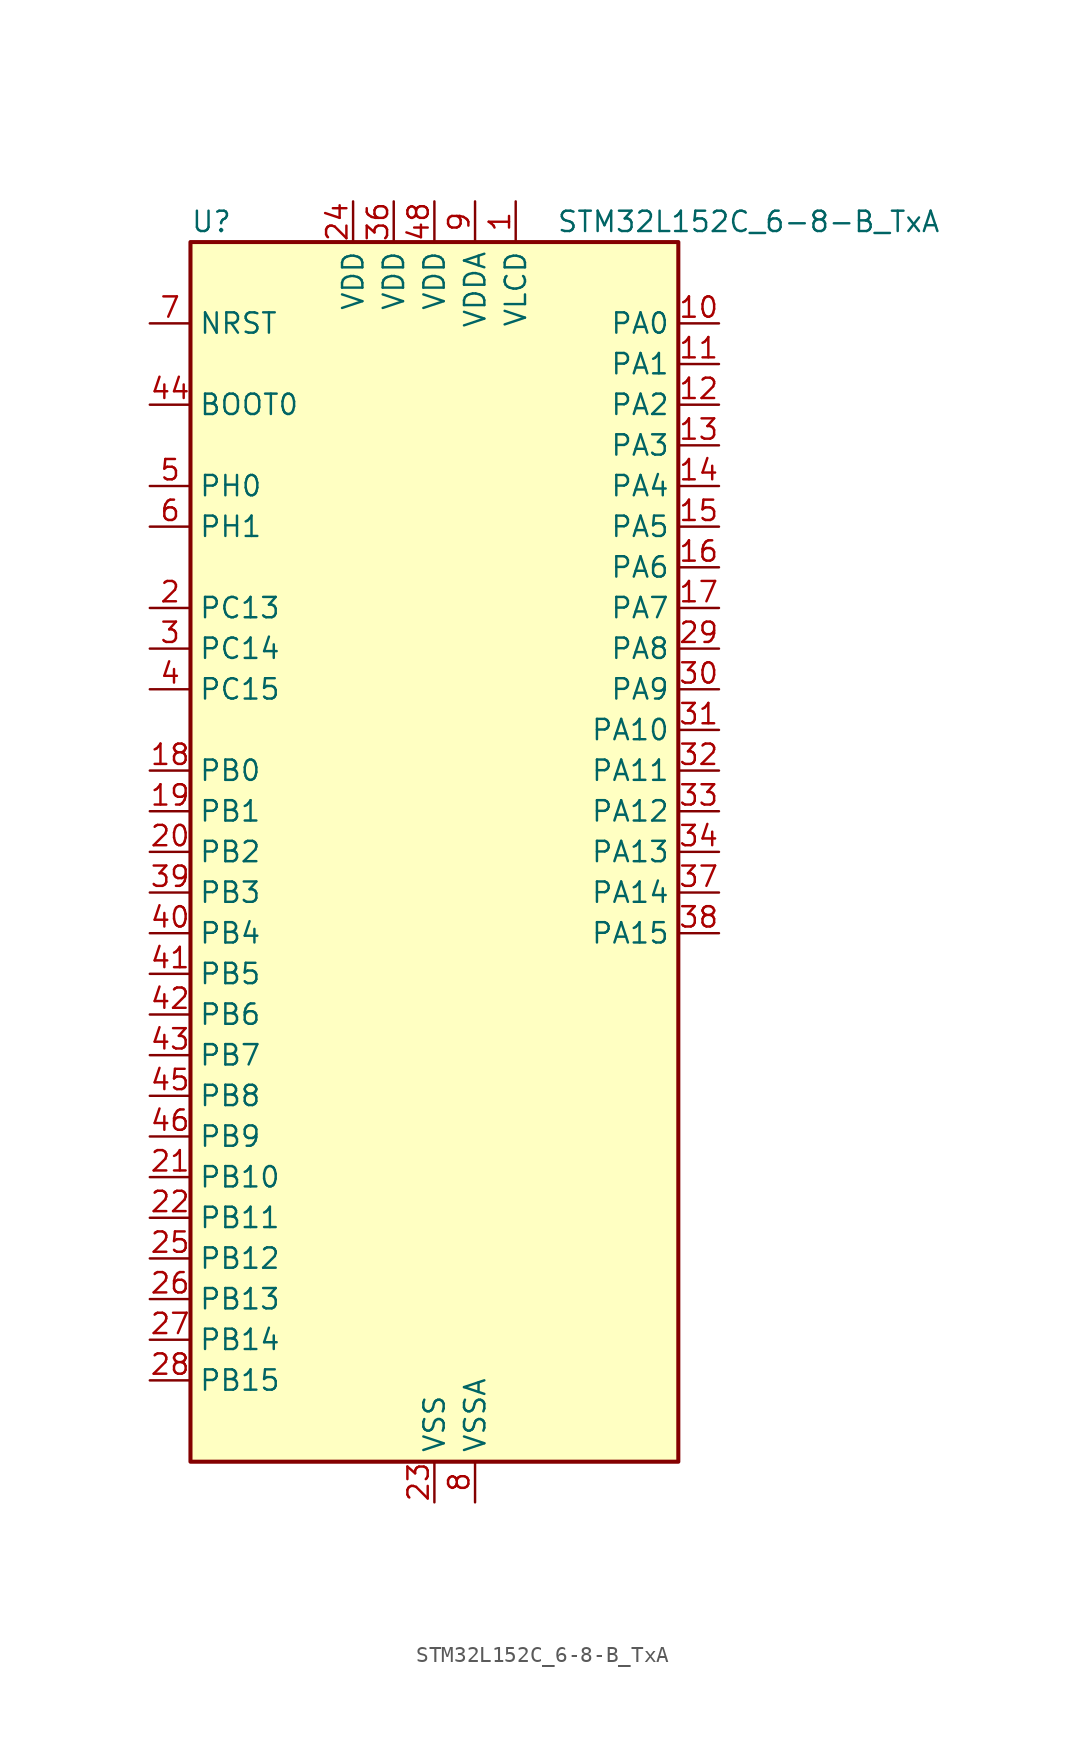
<source format=kicad_sym>
(kicad_symbol_lib
  (version 20241209)
  (generator "kicad_symbol_editor")
  (generator_version "9.0")
  (symbol "STM32L152C_6-8-B_TxA"
    (property "Reference" "U"
      (at -15.24 39.37 0)
      (effects (font (size 1.27 1.27)) (justify left)))
    (property "Value" "STM32L152C_6-8-B_TxA"
      (at 7.62 39.37 0)
      (effects (font (size 1.27 1.27)) (justify left)))
    (symbol "STM32L152C_6-8-B_TxA_0_1"
      (rectangle (start -15.24 -38.1) (end 15.24 38.1) (stroke (width 0.254) (type default)) (fill (type background))))
    (symbol "STM32L152C_6-8-B_TxA_1_1"
      (pin input line (at -17.78 33.02 0) (length 2.54) (name "NRST" (effects (font (size 1.27 1.27)))) (number "7" (effects (font (size 1.27 1.27)))))
      (pin input line (at -17.78 27.94 0) (length 2.54) (name "BOOT0" (effects (font (size 1.27 1.27)))) (number "44" (effects (font (size 1.27 1.27)))))
      (pin bidirectional line (at -17.78 22.86 0) (length 2.54) (name "PH0" (effects (font (size 1.27 1.27)))) (number "5" (effects (font (size 1.27 1.27)))) (alternate "RCC_OSC_IN" bidirectional line))
      (pin bidirectional line (at -17.78 20.32 0) (length 2.54) (name "PH1" (effects (font (size 1.27 1.27)))) (number "6" (effects (font (size 1.27 1.27)))) (alternate "RCC_OSC_OUT" bidirectional line))
      (pin bidirectional line (at -17.78 15.24 0) (length 2.54) (name "PC13" (effects (font (size 1.27 1.27)))) (number "2" (effects (font (size 1.27 1.27)))) (alternate "RTC_OUT_ALARM" bidirectional line) (alternate "RTC_OUT_CALIB" bidirectional line) (alternate "RTC_TAMP1" bidirectional line) (alternate "RTC_TS" bidirectional line) (alternate "SYS_WKUP2" bidirectional line) (alternate "TIMX_IC2" bidirectional line))
      (pin bidirectional line (at -17.78 12.7 0) (length 2.54) (name "PC14" (effects (font (size 1.27 1.27)))) (number "3" (effects (font (size 1.27 1.27)))) (alternate "RCC_OSC32_IN" bidirectional line) (alternate "TIMX_IC3" bidirectional line))
      (pin bidirectional line (at -17.78 10.16 0) (length 2.54) (name "PC15" (effects (font (size 1.27 1.27)))) (number "4" (effects (font (size 1.27 1.27)))) (alternate "ADC_EXTI15" bidirectional line) (alternate "RCC_OSC32_OUT" bidirectional line) (alternate "TIMX_IC4" bidirectional line))
      (pin bidirectional line (at -17.78 5.08 0) (length 2.54) (name "PB0" (effects (font (size 1.27 1.27)))) (number "18" (effects (font (size 1.27 1.27)))) (alternate "ADC_IN8" bidirectional line) (alternate "COMP1_INP" bidirectional line) (alternate "LCD_SEG5" bidirectional line) (alternate "SYS_V_REF_OUT" bidirectional line) (alternate "TIM3_CH3" bidirectional line) (alternate "TS_G3_IO1" bidirectional line))
      (pin bidirectional line (at -17.78 2.54 0) (length 2.54) (name "PB1" (effects (font (size 1.27 1.27)))) (number "19" (effects (font (size 1.27 1.27)))) (alternate "ADC_IN9" bidirectional line) (alternate "COMP1_INP" bidirectional line) (alternate "LCD_SEG6" bidirectional line) (alternate "SYS_V_REF_OUT" bidirectional line) (alternate "TIM3_CH4" bidirectional line) (alternate "TS_G3_IO2" bidirectional line))
      (pin bidirectional line (at -17.78 0 0) (length 2.54) (name "PB2" (effects (font (size 1.27 1.27)))) (number "20" (effects (font (size 1.27 1.27)))) (alternate "TS_G3_IO3" bidirectional line))
      (pin bidirectional line (at -17.78 -2.54 0) (length 2.54) (name "PB3" (effects (font (size 1.27 1.27)))) (number "39" (effects (font (size 1.27 1.27)))) (alternate "COMP2_INM" bidirectional line) (alternate "LCD_SEG7" bidirectional line) (alternate "SPI1_SCK" bidirectional line) (alternate "SYS_JTDO-TRACESWO" bidirectional line) (alternate "TIM2_CH2" bidirectional line))
      (pin bidirectional line (at -17.78 -5.08 0) (length 2.54) (name "PB4" (effects (font (size 1.27 1.27)))) (number "40" (effects (font (size 1.27 1.27)))) (alternate "COMP2_INP" bidirectional line) (alternate "LCD_SEG8" bidirectional line) (alternate "SPI1_MISO" bidirectional line) (alternate "SYS_JTRST" bidirectional line) (alternate "TIM3_CH1" bidirectional line) (alternate "TS_G6_IO1" bidirectional line))
      (pin bidirectional line (at -17.78 -7.62 0) (length 2.54) (name "PB5" (effects (font (size 1.27 1.27)))) (number "41" (effects (font (size 1.27 1.27)))) (alternate "COMP2_INP" bidirectional line) (alternate "I2C1_SMBA" bidirectional line) (alternate "LCD_SEG9" bidirectional line) (alternate "SPI1_MOSI" bidirectional line) (alternate "TIM3_CH2" bidirectional line) (alternate "TS_G6_IO2" bidirectional line))
      (pin bidirectional line (at -17.78 -10.16 0) (length 2.54) (name "PB6" (effects (font (size 1.27 1.27)))) (number "42" (effects (font (size 1.27 1.27)))) (alternate "I2C1_SCL" bidirectional line) (alternate "TIM4_CH1" bidirectional line) (alternate "TS_G6_IO3" bidirectional line) (alternate "USART1_TX" bidirectional line))
      (pin bidirectional line (at -17.78 -12.7 0) (length 2.54) (name "PB7" (effects (font (size 1.27 1.27)))) (number "43" (effects (font (size 1.27 1.27)))) (alternate "I2C1_SDA" bidirectional line) (alternate "SYS_PVD_IN" bidirectional line) (alternate "TIM4_CH2" bidirectional line) (alternate "TS_G6_IO4" bidirectional line) (alternate "USART1_RX" bidirectional line))
      (pin bidirectional line (at -17.78 -15.24 0) (length 2.54) (name "PB8" (effects (font (size 1.27 1.27)))) (number "45" (effects (font (size 1.27 1.27)))) (alternate "I2C1_SCL" bidirectional line) (alternate "LCD_SEG16" bidirectional line) (alternate "TIM10_CH1" bidirectional line) (alternate "TIM4_CH3" bidirectional line))
      (pin bidirectional line (at -17.78 -17.78 0) (length 2.54) (name "PB9" (effects (font (size 1.27 1.27)))) (number "46" (effects (font (size 1.27 1.27)))) (alternate "DAC_EXTI9" bidirectional line) (alternate "I2C1_SDA" bidirectional line) (alternate "LCD_COM3" bidirectional line) (alternate "TIM11_CH1" bidirectional line) (alternate "TIM4_CH4" bidirectional line))
      (pin bidirectional line (at -17.78 -20.32 0) (length 2.54) (name "PB10" (effects (font (size 1.27 1.27)))) (number "21" (effects (font (size 1.27 1.27)))) (alternate "I2C2_SCL" bidirectional line) (alternate "LCD_SEG10" bidirectional line) (alternate "TIM2_CH3" bidirectional line) (alternate "USART3_TX" bidirectional line))
      (pin bidirectional line (at -17.78 -22.86 0) (length 2.54) (name "PB11" (effects (font (size 1.27 1.27)))) (number "22" (effects (font (size 1.27 1.27)))) (alternate "ADC_EXTI11" bidirectional line) (alternate "I2C2_SDA" bidirectional line) (alternate "LCD_SEG11" bidirectional line) (alternate "TIM2_CH4" bidirectional line) (alternate "USART3_RX" bidirectional line))
      (pin bidirectional line (at -17.78 -25.4 0) (length 2.54) (name "PB12" (effects (font (size 1.27 1.27)))) (number "25" (effects (font (size 1.27 1.27)))) (alternate "ADC_IN18" bidirectional line) (alternate "COMP1_INP" bidirectional line) (alternate "I2C2_SMBA" bidirectional line) (alternate "LCD_SEG12" bidirectional line) (alternate "SPI2_NSS" bidirectional line) (alternate "TIM10_CH1" bidirectional line) (alternate "TS_G7_IO1" bidirectional line) (alternate "USART3_CK" bidirectional line))
      (pin bidirectional line (at -17.78 -27.94 0) (length 2.54) (name "PB13" (effects (font (size 1.27 1.27)))) (number "26" (effects (font (size 1.27 1.27)))) (alternate "ADC_IN19" bidirectional line) (alternate "COMP1_INP" bidirectional line) (alternate "LCD_SEG13" bidirectional line) (alternate "SPI2_SCK" bidirectional line) (alternate "TIM9_CH1" bidirectional line) (alternate "TS_G7_IO2" bidirectional line) (alternate "USART3_CTS" bidirectional line))
      (pin bidirectional line (at -17.78 -30.48 0) (length 2.54) (name "PB14" (effects (font (size 1.27 1.27)))) (number "27" (effects (font (size 1.27 1.27)))) (alternate "ADC_IN20" bidirectional line) (alternate "COMP1_INP" bidirectional line) (alternate "LCD_SEG14" bidirectional line) (alternate "SPI2_MISO" bidirectional line) (alternate "TIM9_CH2" bidirectional line) (alternate "TS_G7_IO3" bidirectional line) (alternate "USART3_RTS" bidirectional line))
      (pin bidirectional line (at -17.78 -33.02 0) (length 2.54) (name "PB15" (effects (font (size 1.27 1.27)))) (number "28" (effects (font (size 1.27 1.27)))) (alternate "ADC_EXTI15" bidirectional line) (alternate "ADC_IN21" bidirectional line) (alternate "COMP1_INP" bidirectional line) (alternate "LCD_SEG15" bidirectional line) (alternate "RTC_REFIN" bidirectional line) (alternate "SPI2_MOSI" bidirectional line) (alternate "TIM11_CH1" bidirectional line) (alternate "TS_G7_IO4" bidirectional line))
      (pin power_in line (at -5.08 40.64 270) (length 2.54) (name "VDD" (effects (font (size 1.27 1.27)))) (number "24" (effects (font (size 1.27 1.27)))))
      (pin power_in line (at -2.54 40.64 270) (length 2.54) (name "VDD" (effects (font (size 1.27 1.27)))) (number "36" (effects (font (size 1.27 1.27)))))
      (pin power_in line (at 0 40.64 270) (length 2.54) (name "VDD" (effects (font (size 1.27 1.27)))) (number "48" (effects (font (size 1.27 1.27)))))
      (pin power_in line (at 0 -40.64 90) (length 2.54) (name "VSS" (effects (font (size 1.27 1.27)))) (number "23" (effects (font (size 1.27 1.27)))))
      (pin passive line (at 0 -40.64 90) (length 2.54) (hide yes) (name "VSS" (effects (font (size 1.27 1.27)))) (number "35" (effects (font (size 1.27 1.27)))))
      (pin passive line (at 0 -40.64 90) (length 2.54) (hide yes) (name "VSS" (effects (font (size 1.27 1.27)))) (number "47" (effects (font (size 1.27 1.27)))))
      (pin power_in line (at 2.54 40.64 270) (length 2.54) (name "VDDA" (effects (font (size 1.27 1.27)))) (number "9" (effects (font (size 1.27 1.27)))))
      (pin power_in line (at 2.54 -40.64 90) (length 2.54) (name "VSSA" (effects (font (size 1.27 1.27)))) (number "8" (effects (font (size 1.27 1.27)))))
      (pin power_in line (at 5.08 40.64 270) (length 2.54) (name "VLCD" (effects (font (size 1.27 1.27)))) (number "1" (effects (font (size 1.27 1.27)))))
      (pin bidirectional line (at 17.78 33.02 180) (length 2.54) (name "PA0" (effects (font (size 1.27 1.27)))) (number "10" (effects (font (size 1.27 1.27)))) (alternate "ADC_IN0" bidirectional line) (alternate "COMP1_INP" bidirectional line) (alternate "RTC_TAMP2" bidirectional line) (alternate "SYS_WKUP1" bidirectional line) (alternate "TIM2_CH1" bidirectional line) (alternate "TIM2_ETR" bidirectional line) (alternate "TIMX_IC1" bidirectional line) (alternate "TS_G1_IO1" bidirectional line) (alternate "USART2_CTS" bidirectional line))
      (pin bidirectional line (at 17.78 30.48 180) (length 2.54) (name "PA1" (effects (font (size 1.27 1.27)))) (number "11" (effects (font (size 1.27 1.27)))) (alternate "ADC_IN1" bidirectional line) (alternate "COMP1_INP" bidirectional line) (alternate "LCD_SEG0" bidirectional line) (alternate "TIM2_CH2" bidirectional line) (alternate "TIMX_IC2" bidirectional line) (alternate "TS_G1_IO2" bidirectional line) (alternate "USART2_RTS" bidirectional line))
      (pin bidirectional line (at 17.78 27.94 180) (length 2.54) (name "PA2" (effects (font (size 1.27 1.27)))) (number "12" (effects (font (size 1.27 1.27)))) (alternate "ADC_IN2" bidirectional line) (alternate "COMP1_INP" bidirectional line) (alternate "LCD_SEG1" bidirectional line) (alternate "TIM2_CH3" bidirectional line) (alternate "TIM9_CH1" bidirectional line) (alternate "TIMX_IC3" bidirectional line) (alternate "TS_G1_IO3" bidirectional line) (alternate "USART2_TX" bidirectional line))
      (pin bidirectional line (at 17.78 25.4 180) (length 2.54) (name "PA3" (effects (font (size 1.27 1.27)))) (number "13" (effects (font (size 1.27 1.27)))) (alternate "ADC_IN3" bidirectional line) (alternate "COMP1_INP" bidirectional line) (alternate "LCD_SEG2" bidirectional line) (alternate "TIM2_CH4" bidirectional line) (alternate "TIM9_CH2" bidirectional line) (alternate "TIMX_IC4" bidirectional line) (alternate "TS_G1_IO4" bidirectional line) (alternate "USART2_RX" bidirectional line))
      (pin bidirectional line (at 17.78 22.86 180) (length 2.54) (name "PA4" (effects (font (size 1.27 1.27)))) (number "14" (effects (font (size 1.27 1.27)))) (alternate "ADC_IN4" bidirectional line) (alternate "COMP1_INP" bidirectional line) (alternate "DAC_OUT1" bidirectional line) (alternate "SPI1_NSS" bidirectional line) (alternate "TIMX_IC1" bidirectional line) (alternate "USART2_CK" bidirectional line))
      (pin bidirectional line (at 17.78 20.32 180) (length 2.54) (name "PA5" (effects (font (size 1.27 1.27)))) (number "15" (effects (font (size 1.27 1.27)))) (alternate "ADC_IN5" bidirectional line) (alternate "COMP1_INP" bidirectional line) (alternate "DAC_OUT2" bidirectional line) (alternate "SPI1_SCK" bidirectional line) (alternate "TIM2_CH1" bidirectional line) (alternate "TIM2_ETR" bidirectional line) (alternate "TIMX_IC2" bidirectional line))
      (pin bidirectional line (at 17.78 17.78 180) (length 2.54) (name "PA6" (effects (font (size 1.27 1.27)))) (number "16" (effects (font (size 1.27 1.27)))) (alternate "ADC_IN6" bidirectional line) (alternate "COMP1_INP" bidirectional line) (alternate "LCD_SEG3" bidirectional line) (alternate "SPI1_MISO" bidirectional line) (alternate "TIM10_CH1" bidirectional line) (alternate "TIM3_CH1" bidirectional line) (alternate "TIMX_IC3" bidirectional line) (alternate "TS_G2_IO1" bidirectional line))
      (pin bidirectional line (at 17.78 15.24 180) (length 2.54) (name "PA7" (effects (font (size 1.27 1.27)))) (number "17" (effects (font (size 1.27 1.27)))) (alternate "ADC_IN7" bidirectional line) (alternate "COMP1_INP" bidirectional line) (alternate "LCD_SEG4" bidirectional line) (alternate "SPI1_MOSI" bidirectional line) (alternate "TIM11_CH1" bidirectional line) (alternate "TIM3_CH2" bidirectional line) (alternate "TIMX_IC4" bidirectional line) (alternate "TS_G2_IO2" bidirectional line))
      (pin bidirectional line (at 17.78 12.7 180) (length 2.54) (name "PA8" (effects (font (size 1.27 1.27)))) (number "29" (effects (font (size 1.27 1.27)))) (alternate "LCD_COM0" bidirectional line) (alternate "RCC_MCO" bidirectional line) (alternate "TIMX_IC1" bidirectional line) (alternate "TS_G4_IO1" bidirectional line) (alternate "USART1_CK" bidirectional line))
      (pin bidirectional line (at 17.78 10.16 180) (length 2.54) (name "PA9" (effects (font (size 1.27 1.27)))) (number "30" (effects (font (size 1.27 1.27)))) (alternate "DAC_EXTI9" bidirectional line) (alternate "LCD_COM1" bidirectional line) (alternate "TIMX_IC2" bidirectional line) (alternate "TS_G4_IO2" bidirectional line) (alternate "USART1_TX" bidirectional line))
      (pin bidirectional line (at 17.78 7.62 180) (length 2.54) (name "PA10" (effects (font (size 1.27 1.27)))) (number "31" (effects (font (size 1.27 1.27)))) (alternate "LCD_COM2" bidirectional line) (alternate "TIMX_IC3" bidirectional line) (alternate "TS_G4_IO3" bidirectional line) (alternate "USART1_RX" bidirectional line))
      (pin bidirectional line (at 17.78 5.08 180) (length 2.54) (name "PA11" (effects (font (size 1.27 1.27)))) (number "32" (effects (font (size 1.27 1.27)))) (alternate "ADC_EXTI11" bidirectional line) (alternate "SPI1_MISO" bidirectional line) (alternate "TIMX_IC4" bidirectional line) (alternate "USART1_CTS" bidirectional line) (alternate "USB_DM" bidirectional line))
      (pin bidirectional line (at 17.78 2.54 180) (length 2.54) (name "PA12" (effects (font (size 1.27 1.27)))) (number "33" (effects (font (size 1.27 1.27)))) (alternate "SPI1_MOSI" bidirectional line) (alternate "TIMX_IC1" bidirectional line) (alternate "USART1_RTS" bidirectional line) (alternate "USB_DP" bidirectional line))
      (pin bidirectional line (at 17.78 0 180) (length 2.54) (name "PA13" (effects (font (size 1.27 1.27)))) (number "34" (effects (font (size 1.27 1.27)))) (alternate "SYS_JTMS-SWDIO" bidirectional line) (alternate "TIMX_IC2" bidirectional line) (alternate "TS_G5_IO1" bidirectional line))
      (pin bidirectional line (at 17.78 -2.54 180) (length 2.54) (name "PA14" (effects (font (size 1.27 1.27)))) (number "37" (effects (font (size 1.27 1.27)))) (alternate "SYS_JTCK-SWCLK" bidirectional line) (alternate "TIMX_IC3" bidirectional line) (alternate "TS_G5_IO2" bidirectional line))
      (pin bidirectional line (at 17.78 -5.08 180) (length 2.54) (name "PA15" (effects (font (size 1.27 1.27)))) (number "38" (effects (font (size 1.27 1.27)))) (alternate "ADC_EXTI15" bidirectional line) (alternate "LCD_SEG17" bidirectional line) (alternate "SPI1_NSS" bidirectional line) (alternate "SYS_JTDI" bidirectional line) (alternate "TIM2_CH1" bidirectional line) (alternate "TIM2_ETR" bidirectional line) (alternate "TIMX_IC4" bidirectional line) (alternate "TS_G5_IO3" bidirectional line)))))
</source>
